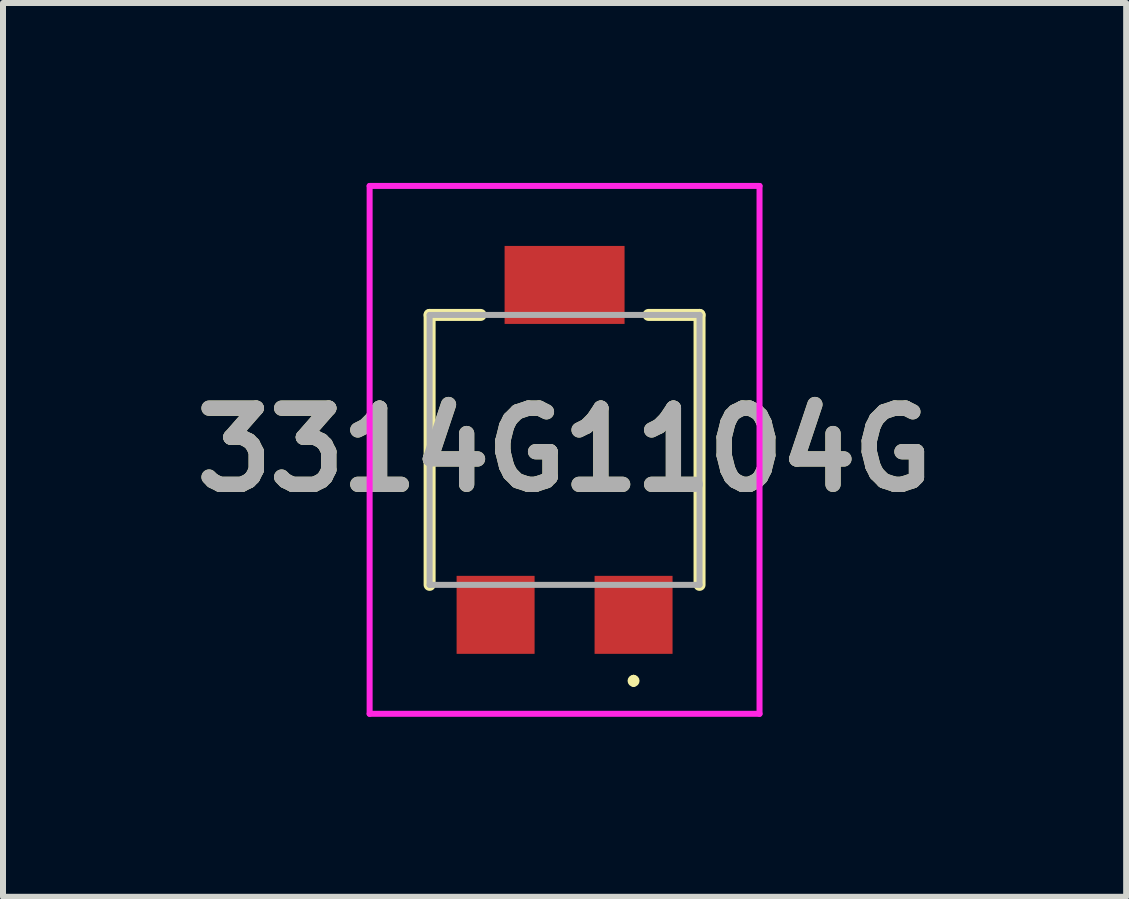
<source format=kicad_pcb>
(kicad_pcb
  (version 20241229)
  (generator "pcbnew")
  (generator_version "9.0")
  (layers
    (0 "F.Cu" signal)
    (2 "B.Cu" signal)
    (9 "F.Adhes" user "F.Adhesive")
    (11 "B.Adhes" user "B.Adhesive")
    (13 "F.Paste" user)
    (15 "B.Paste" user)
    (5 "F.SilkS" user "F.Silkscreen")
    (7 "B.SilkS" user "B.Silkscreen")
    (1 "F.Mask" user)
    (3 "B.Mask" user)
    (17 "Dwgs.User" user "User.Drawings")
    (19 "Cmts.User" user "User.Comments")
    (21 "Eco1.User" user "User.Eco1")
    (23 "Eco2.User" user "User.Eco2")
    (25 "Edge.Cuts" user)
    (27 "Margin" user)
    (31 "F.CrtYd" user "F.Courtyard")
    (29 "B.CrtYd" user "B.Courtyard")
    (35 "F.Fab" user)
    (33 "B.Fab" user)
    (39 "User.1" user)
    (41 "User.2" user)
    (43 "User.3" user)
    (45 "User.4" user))
  (footprint "3314G1104G"
    (layer "F.Cu")
    (at 6.362 4.45)
    (property "Reference" "3314G1104G" (at 0 0 0) (layer "F.SilkS") (effects (font (size 1.27 1.27) (thickness 0.254))))
    (attr smd)
    (fp_line (start -2.25 -2.25) (end -1.4 -2.25) (stroke (width 0.2) (type solid)) (layer "F.SilkS"))
    (fp_line (start -2.25 2.25) (end -2.25 -2.25) (stroke (width 0.2) (type solid)) (layer "F.SilkS"))
    (fp_line (start 1.15 3.8) (end 1.15 3.8) (stroke (width 0.1) (type solid)) (layer "F.SilkS"))
    (fp_line (start 1.15 3.9) (end 1.15 3.9) (stroke (width 0.1) (type solid)) (layer "F.SilkS"))
    (fp_line (start 1.4 -2.25) (end 2.25 -2.25) (stroke (width 0.2) (type solid)) (layer "F.SilkS"))
    (fp_line (start 2.25 -2.25) (end 2.25 2.25) (stroke (width 0.2) (type solid)) (layer "F.SilkS"))
    (fp_arc (start 1.15 3.8) (mid 1.2 3.85) (end 1.15 3.9) (stroke (width 0.1) (type solid)) (layer "F.SilkS"))
    (fp_arc (start 1.15 3.9) (mid 1.1 3.85) (end 1.15 3.8) (stroke (width 0.1) (type solid)) (layer "F.SilkS"))
    (fp_line (start -3.25 -4.4) (end 3.25 -4.4) (stroke (width 0.1) (type solid)) (layer "F.CrtYd"))
    (fp_line (start -3.25 4.4) (end -3.25 -4.4) (stroke (width 0.1) (type solid)) (layer "F.CrtYd"))
    (fp_line (start 3.25 -4.4) (end 3.25 4.4) (stroke (width 0.1) (type solid)) (layer "F.CrtYd"))
    (fp_line (start 3.25 4.4) (end -3.25 4.4) (stroke (width 0.1) (type solid)) (layer "F.CrtYd"))
    (fp_line (start -2.25 -2.25) (end -2.25 2.25) (stroke (width 0.1) (type solid)) (layer "F.Fab"))
    (fp_line (start -2.25 2.25) (end 2.25 2.25) (stroke (width 0.1) (type solid)) (layer "F.Fab"))
    (fp_line (start 2.25 -2.25) (end -2.25 -2.25) (stroke (width 0.1) (type solid)) (layer "F.Fab"))
    (fp_line (start 2.25 2.25) (end 2.25 -2.25) (stroke (width 0.1) (type solid)) (layer "F.Fab"))
    (fp_text user "${REFERENCE}" (at 0 0 0) (layer "F.Fab") (effects (font (size 1.27 1.27) (thickness 0.254))))
    (pad "1" smd rect (at 1.15 2.75) (size 1.3 1.3) (layers "F.Cu" "F.Mask" "F.Paste"))
    (pad "2" smd rect (at 0 -2.75 90) (size 1.3 2) (layers "F.Cu" "F.Mask" "F.Paste"))
    (pad "3" smd rect (at -1.15 2.75) (size 1.3 1.3) (layers "F.Cu" "F.Mask" "F.Paste")))
  (gr_rect
    (start -3 -3)
    (end 15.724 11.9)
    (stroke (width 0.1) (type default))
    (fill no)
    (layer "Edge.Cuts")))
</source>
